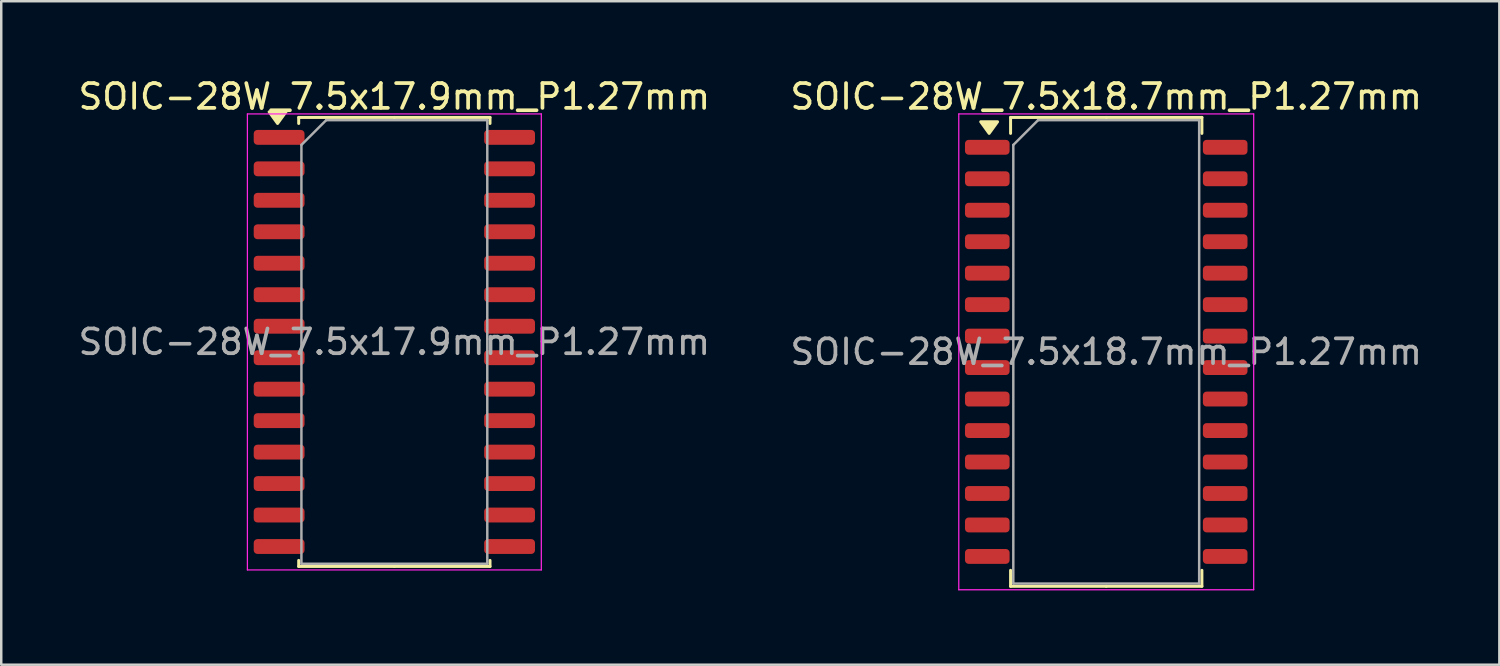
<source format=kicad_pcb>
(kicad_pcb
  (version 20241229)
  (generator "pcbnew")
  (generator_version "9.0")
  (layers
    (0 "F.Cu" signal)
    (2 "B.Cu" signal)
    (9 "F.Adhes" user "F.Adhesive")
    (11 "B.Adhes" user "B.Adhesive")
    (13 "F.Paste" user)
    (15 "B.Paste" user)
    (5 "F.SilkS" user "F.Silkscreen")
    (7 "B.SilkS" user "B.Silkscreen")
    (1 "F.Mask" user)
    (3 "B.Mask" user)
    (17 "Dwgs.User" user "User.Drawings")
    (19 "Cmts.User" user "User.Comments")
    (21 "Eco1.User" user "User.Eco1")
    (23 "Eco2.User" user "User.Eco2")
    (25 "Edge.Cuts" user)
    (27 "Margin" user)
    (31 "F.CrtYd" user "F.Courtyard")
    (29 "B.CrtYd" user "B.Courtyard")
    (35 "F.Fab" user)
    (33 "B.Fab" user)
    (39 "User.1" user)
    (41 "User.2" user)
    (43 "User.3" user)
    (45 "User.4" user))
  (footprint "SOIC-28W_7.5x18.7mm_P1.27mm"
    (layer "F.Cu")
    (at 41.589 11.148)
    (property "Reference" "SOIC-28W_7.5x18.7mm_P1.27mm" (at 0 -10.3 0) (layer "F.SilkS") (effects (font (size 1 1) (thickness 0.15))))
    (attr smd)
    (fp_line (start -3.86 -9.46) (end -3.86 -8.815) (stroke (width 0.12) (type solid)) (layer "F.SilkS"))
    (fp_line (start -3.86 9.46) (end -3.86 8.815) (stroke (width 0.12) (type solid)) (layer "F.SilkS"))
    (fp_line (start 0 -9.46) (end -3.86 -9.46) (stroke (width 0.12) (type solid)) (layer "F.SilkS"))
    (fp_line (start 0 -9.46) (end 3.86 -9.46) (stroke (width 0.12) (type solid)) (layer "F.SilkS"))
    (fp_line (start 0 9.46) (end -3.86 9.46) (stroke (width 0.12) (type solid)) (layer "F.SilkS"))
    (fp_line (start 0 9.46) (end 3.86 9.46) (stroke (width 0.12) (type solid)) (layer "F.SilkS"))
    (fp_line (start 3.86 -9.46) (end 3.86 -8.815) (stroke (width 0.12) (type solid)) (layer "F.SilkS"))
    (fp_line (start 3.86 9.46) (end 3.86 8.815) (stroke (width 0.12) (type solid)) (layer "F.SilkS"))
    (fp_poly (pts (xy -4.725 -8.815) (xy -5.065 -9.285) (xy -4.385 -9.285) (xy -4.725 -8.815)) (stroke (width 0.12) (type solid)) (fill yes) (layer "F.SilkS"))
    (fp_line (start -5.95 -9.6) (end -5.95 9.6) (stroke (width 0.05) (type solid)) (layer "F.CrtYd"))
    (fp_line (start -5.95 9.6) (end 5.95 9.6) (stroke (width 0.05) (type solid)) (layer "F.CrtYd"))
    (fp_line (start 5.95 -9.6) (end -5.95 -9.6) (stroke (width 0.05) (type solid)) (layer "F.CrtYd"))
    (fp_line (start 5.95 9.6) (end 5.95 -9.6) (stroke (width 0.05) (type solid)) (layer "F.CrtYd"))
    (fp_line (start -3.75 -8.35) (end -2.75 -9.35) (stroke (width 0.1) (type solid)) (layer "F.Fab"))
    (fp_line (start -3.75 9.35) (end -3.75 -8.35) (stroke (width 0.1) (type solid)) (layer "F.Fab"))
    (fp_line (start -2.75 -9.35) (end 3.75 -9.35) (stroke (width 0.1) (type solid)) (layer "F.Fab"))
    (fp_line (start 3.75 -9.35) (end 3.75 9.35) (stroke (width 0.1) (type solid)) (layer "F.Fab"))
    (fp_line (start 3.75 9.35) (end -3.75 9.35) (stroke (width 0.1) (type solid)) (layer "F.Fab"))
    (fp_text user "${REFERENCE}" (at 0 0 0) (layer "F.Fab") (effects (font (size 1 1) (thickness 0.15))))
    (pad "1" smd roundrect (at -4.8 -8.255) (size 1.8 0.6) (layers "F.Cu" "F.Mask" "F.Paste") (roundrect_rratio 0.25))
    (pad "2" smd roundrect (at -4.8 -6.985) (size 1.8 0.6) (layers "F.Cu" "F.Mask" "F.Paste") (roundrect_rratio 0.25))
    (pad "3" smd roundrect (at -4.8 -5.715) (size 1.8 0.6) (layers "F.Cu" "F.Mask" "F.Paste") (roundrect_rratio 0.25))
    (pad "4" smd roundrect (at -4.8 -4.445) (size 1.8 0.6) (layers "F.Cu" "F.Mask" "F.Paste") (roundrect_rratio 0.25))
    (pad "5" smd roundrect (at -4.8 -3.175) (size 1.8 0.6) (layers "F.Cu" "F.Mask" "F.Paste") (roundrect_rratio 0.25))
    (pad "6" smd roundrect (at -4.8 -1.905) (size 1.8 0.6) (layers "F.Cu" "F.Mask" "F.Paste") (roundrect_rratio 0.25))
    (pad "7" smd roundrect (at -4.8 -0.635) (size 1.8 0.6) (layers "F.Cu" "F.Mask" "F.Paste") (roundrect_rratio 0.25))
    (pad "8" smd roundrect (at -4.8 0.635) (size 1.8 0.6) (layers "F.Cu" "F.Mask" "F.Paste") (roundrect_rratio 0.25))
    (pad "9" smd roundrect (at -4.8 1.905) (size 1.8 0.6) (layers "F.Cu" "F.Mask" "F.Paste") (roundrect_rratio 0.25))
    (pad "10" smd roundrect (at -4.8 3.175) (size 1.8 0.6) (layers "F.Cu" "F.Mask" "F.Paste") (roundrect_rratio 0.25))
    (pad "11" smd roundrect (at -4.8 4.445) (size 1.8 0.6) (layers "F.Cu" "F.Mask" "F.Paste") (roundrect_rratio 0.25))
    (pad "12" smd roundrect (at -4.8 5.715) (size 1.8 0.6) (layers "F.Cu" "F.Mask" "F.Paste") (roundrect_rratio 0.25))
    (pad "13" smd roundrect (at -4.8 6.985) (size 1.8 0.6) (layers "F.Cu" "F.Mask" "F.Paste") (roundrect_rratio 0.25))
    (pad "14" smd roundrect (at -4.8 8.255) (size 1.8 0.6) (layers "F.Cu" "F.Mask" "F.Paste") (roundrect_rratio 0.25))
    (pad "15" smd roundrect (at 4.8 8.255) (size 1.8 0.6) (layers "F.Cu" "F.Mask" "F.Paste") (roundrect_rratio 0.25))
    (pad "16" smd roundrect (at 4.8 6.985) (size 1.8 0.6) (layers "F.Cu" "F.Mask" "F.Paste") (roundrect_rratio 0.25))
    (pad "17" smd roundrect (at 4.8 5.715) (size 1.8 0.6) (layers "F.Cu" "F.Mask" "F.Paste") (roundrect_rratio 0.25))
    (pad "18" smd roundrect (at 4.8 4.445) (size 1.8 0.6) (layers "F.Cu" "F.Mask" "F.Paste") (roundrect_rratio 0.25))
    (pad "19" smd roundrect (at 4.8 3.175) (size 1.8 0.6) (layers "F.Cu" "F.Mask" "F.Paste") (roundrect_rratio 0.25))
    (pad "20" smd roundrect (at 4.8 1.905) (size 1.8 0.6) (layers "F.Cu" "F.Mask" "F.Paste") (roundrect_rratio 0.25))
    (pad "21" smd roundrect (at 4.8 0.635) (size 1.8 0.6) (layers "F.Cu" "F.Mask" "F.Paste") (roundrect_rratio 0.25))
    (pad "22" smd roundrect (at 4.8 -0.635) (size 1.8 0.6) (layers "F.Cu" "F.Mask" "F.Paste") (roundrect_rratio 0.25))
    (pad "23" smd roundrect (at 4.8 -1.905) (size 1.8 0.6) (layers "F.Cu" "F.Mask" "F.Paste") (roundrect_rratio 0.25))
    (pad "24" smd roundrect (at 4.8 -3.175) (size 1.8 0.6) (layers "F.Cu" "F.Mask" "F.Paste") (roundrect_rratio 0.25))
    (pad "25" smd roundrect (at 4.8 -4.445) (size 1.8 0.6) (layers "F.Cu" "F.Mask" "F.Paste") (roundrect_rratio 0.25))
    (pad "26" smd roundrect (at 4.8 -5.715) (size 1.8 0.6) (layers "F.Cu" "F.Mask" "F.Paste") (roundrect_rratio 0.25))
    (pad "27" smd roundrect (at 4.8 -6.985) (size 1.8 0.6) (layers "F.Cu" "F.Mask" "F.Paste") (roundrect_rratio 0.25))
    (pad "28" smd roundrect (at 4.8 -8.255) (size 1.8 0.6) (layers "F.Cu" "F.Mask" "F.Paste") (roundrect_rratio 0.25)))
  (footprint "SOIC-28W_7.5x17.9mm_P1.27mm"
    (layer "F.Cu")
    (at 12.863 10.748)
    (property "Reference" "SOIC-28W_7.5x17.9mm_P1.27mm" (at 0 -9.9 0) (layer "F.SilkS") (effects (font (size 1 1) (thickness 0.15))))
    (attr smd)
    (fp_line (start -3.86 -9.06) (end -3.86 -8.815) (stroke (width 0.12) (type solid)) (layer "F.SilkS"))
    (fp_line (start -3.86 9.06) (end -3.86 8.815) (stroke (width 0.12) (type solid)) (layer "F.SilkS"))
    (fp_line (start 0 -9.06) (end -3.86 -9.06) (stroke (width 0.12) (type solid)) (layer "F.SilkS"))
    (fp_line (start 0 -9.06) (end 3.86 -9.06) (stroke (width 0.12) (type solid)) (layer "F.SilkS"))
    (fp_line (start 0 9.06) (end -3.86 9.06) (stroke (width 0.12) (type solid)) (layer "F.SilkS"))
    (fp_line (start 0 9.06) (end 3.86 9.06) (stroke (width 0.12) (type solid)) (layer "F.SilkS"))
    (fp_line (start 3.86 -9.06) (end 3.86 -8.815) (stroke (width 0.12) (type solid)) (layer "F.SilkS"))
    (fp_line (start 3.86 9.06) (end 3.86 8.815) (stroke (width 0.12) (type solid)) (layer "F.SilkS"))
    (fp_poly (pts (xy -4.713 -8.815) (xy -5.053 -9.285) (xy -4.372 -9.285) (xy -4.713 -8.815)) (stroke (width 0.12) (type solid)) (fill yes) (layer "F.SilkS"))
    (fp_line (start -5.93 -9.2) (end -5.93 9.2) (stroke (width 0.05) (type solid)) (layer "F.CrtYd"))
    (fp_line (start -5.93 9.2) (end 5.93 9.2) (stroke (width 0.05) (type solid)) (layer "F.CrtYd"))
    (fp_line (start 5.93 -9.2) (end -5.93 -9.2) (stroke (width 0.05) (type solid)) (layer "F.CrtYd"))
    (fp_line (start 5.93 9.2) (end 5.93 -9.2) (stroke (width 0.05) (type solid)) (layer "F.CrtYd"))
    (fp_line (start -3.75 -7.95) (end -2.75 -8.95) (stroke (width 0.1) (type solid)) (layer "F.Fab"))
    (fp_line (start -3.75 8.95) (end -3.75 -7.95) (stroke (width 0.1) (type solid)) (layer "F.Fab"))
    (fp_line (start -2.75 -8.95) (end 3.75 -8.95) (stroke (width 0.1) (type solid)) (layer "F.Fab"))
    (fp_line (start 3.75 -8.95) (end 3.75 8.95) (stroke (width 0.1) (type solid)) (layer "F.Fab"))
    (fp_line (start 3.75 8.95) (end -3.75 8.95) (stroke (width 0.1) (type solid)) (layer "F.Fab"))
    (fp_text user "${REFERENCE}" (at 0 0 0) (layer "F.Fab") (effects (font (size 1 1) (thickness 0.15))))
    (pad "1" smd roundrect (at -4.65 -8.255) (size 2.05 0.6) (layers "F.Cu" "F.Mask" "F.Paste") (roundrect_rratio 0.25))
    (pad "2" smd roundrect (at -4.65 -6.985) (size 2.05 0.6) (layers "F.Cu" "F.Mask" "F.Paste") (roundrect_rratio 0.25))
    (pad "3" smd roundrect (at -4.65 -5.715) (size 2.05 0.6) (layers "F.Cu" "F.Mask" "F.Paste") (roundrect_rratio 0.25))
    (pad "4" smd roundrect (at -4.65 -4.445) (size 2.05 0.6) (layers "F.Cu" "F.Mask" "F.Paste") (roundrect_rratio 0.25))
    (pad "5" smd roundrect (at -4.65 -3.175) (size 2.05 0.6) (layers "F.Cu" "F.Mask" "F.Paste") (roundrect_rratio 0.25))
    (pad "6" smd roundrect (at -4.65 -1.905) (size 2.05 0.6) (layers "F.Cu" "F.Mask" "F.Paste") (roundrect_rratio 0.25))
    (pad "7" smd roundrect (at -4.65 -0.635) (size 2.05 0.6) (layers "F.Cu" "F.Mask" "F.Paste") (roundrect_rratio 0.25))
    (pad "8" smd roundrect (at -4.65 0.635) (size 2.05 0.6) (layers "F.Cu" "F.Mask" "F.Paste") (roundrect_rratio 0.25))
    (pad "9" smd roundrect (at -4.65 1.905) (size 2.05 0.6) (layers "F.Cu" "F.Mask" "F.Paste") (roundrect_rratio 0.25))
    (pad "10" smd roundrect (at -4.65 3.175) (size 2.05 0.6) (layers "F.Cu" "F.Mask" "F.Paste") (roundrect_rratio 0.25))
    (pad "11" smd roundrect (at -4.65 4.445) (size 2.05 0.6) (layers "F.Cu" "F.Mask" "F.Paste") (roundrect_rratio 0.25))
    (pad "12" smd roundrect (at -4.65 5.715) (size 2.05 0.6) (layers "F.Cu" "F.Mask" "F.Paste") (roundrect_rratio 0.25))
    (pad "13" smd roundrect (at -4.65 6.985) (size 2.05 0.6) (layers "F.Cu" "F.Mask" "F.Paste") (roundrect_rratio 0.25))
    (pad "14" smd roundrect (at -4.65 8.255) (size 2.05 0.6) (layers "F.Cu" "F.Mask" "F.Paste") (roundrect_rratio 0.25))
    (pad "15" smd roundrect (at 4.65 8.255) (size 2.05 0.6) (layers "F.Cu" "F.Mask" "F.Paste") (roundrect_rratio 0.25))
    (pad "16" smd roundrect (at 4.65 6.985) (size 2.05 0.6) (layers "F.Cu" "F.Mask" "F.Paste") (roundrect_rratio 0.25))
    (pad "17" smd roundrect (at 4.65 5.715) (size 2.05 0.6) (layers "F.Cu" "F.Mask" "F.Paste") (roundrect_rratio 0.25))
    (pad "18" smd roundrect (at 4.65 4.445) (size 2.05 0.6) (layers "F.Cu" "F.Mask" "F.Paste") (roundrect_rratio 0.25))
    (pad "19" smd roundrect (at 4.65 3.175) (size 2.05 0.6) (layers "F.Cu" "F.Mask" "F.Paste") (roundrect_rratio 0.25))
    (pad "20" smd roundrect (at 4.65 1.905) (size 2.05 0.6) (layers "F.Cu" "F.Mask" "F.Paste") (roundrect_rratio 0.25))
    (pad "21" smd roundrect (at 4.65 0.635) (size 2.05 0.6) (layers "F.Cu" "F.Mask" "F.Paste") (roundrect_rratio 0.25))
    (pad "22" smd roundrect (at 4.65 -0.635) (size 2.05 0.6) (layers "F.Cu" "F.Mask" "F.Paste") (roundrect_rratio 0.25))
    (pad "23" smd roundrect (at 4.65 -1.905) (size 2.05 0.6) (layers "F.Cu" "F.Mask" "F.Paste") (roundrect_rratio 0.25))
    (pad "24" smd roundrect (at 4.65 -3.175) (size 2.05 0.6) (layers "F.Cu" "F.Mask" "F.Paste") (roundrect_rratio 0.25))
    (pad "25" smd roundrect (at 4.65 -4.445) (size 2.05 0.6) (layers "F.Cu" "F.Mask" "F.Paste") (roundrect_rratio 0.25))
    (pad "26" smd roundrect (at 4.65 -5.715) (size 2.05 0.6) (layers "F.Cu" "F.Mask" "F.Paste") (roundrect_rratio 0.25))
    (pad "27" smd roundrect (at 4.65 -6.985) (size 2.05 0.6) (layers "F.Cu" "F.Mask" "F.Paste") (roundrect_rratio 0.25))
    (pad "28" smd roundrect (at 4.65 -8.255) (size 2.05 0.6) (layers "F.Cu" "F.Mask" "F.Paste") (roundrect_rratio 0.25)))
  (gr_rect
    (start -3 -3)
    (end 57.452 23.773)
    (stroke (width 0.1) (type default))
    (fill no)
    (layer "Edge.Cuts")))
</source>
